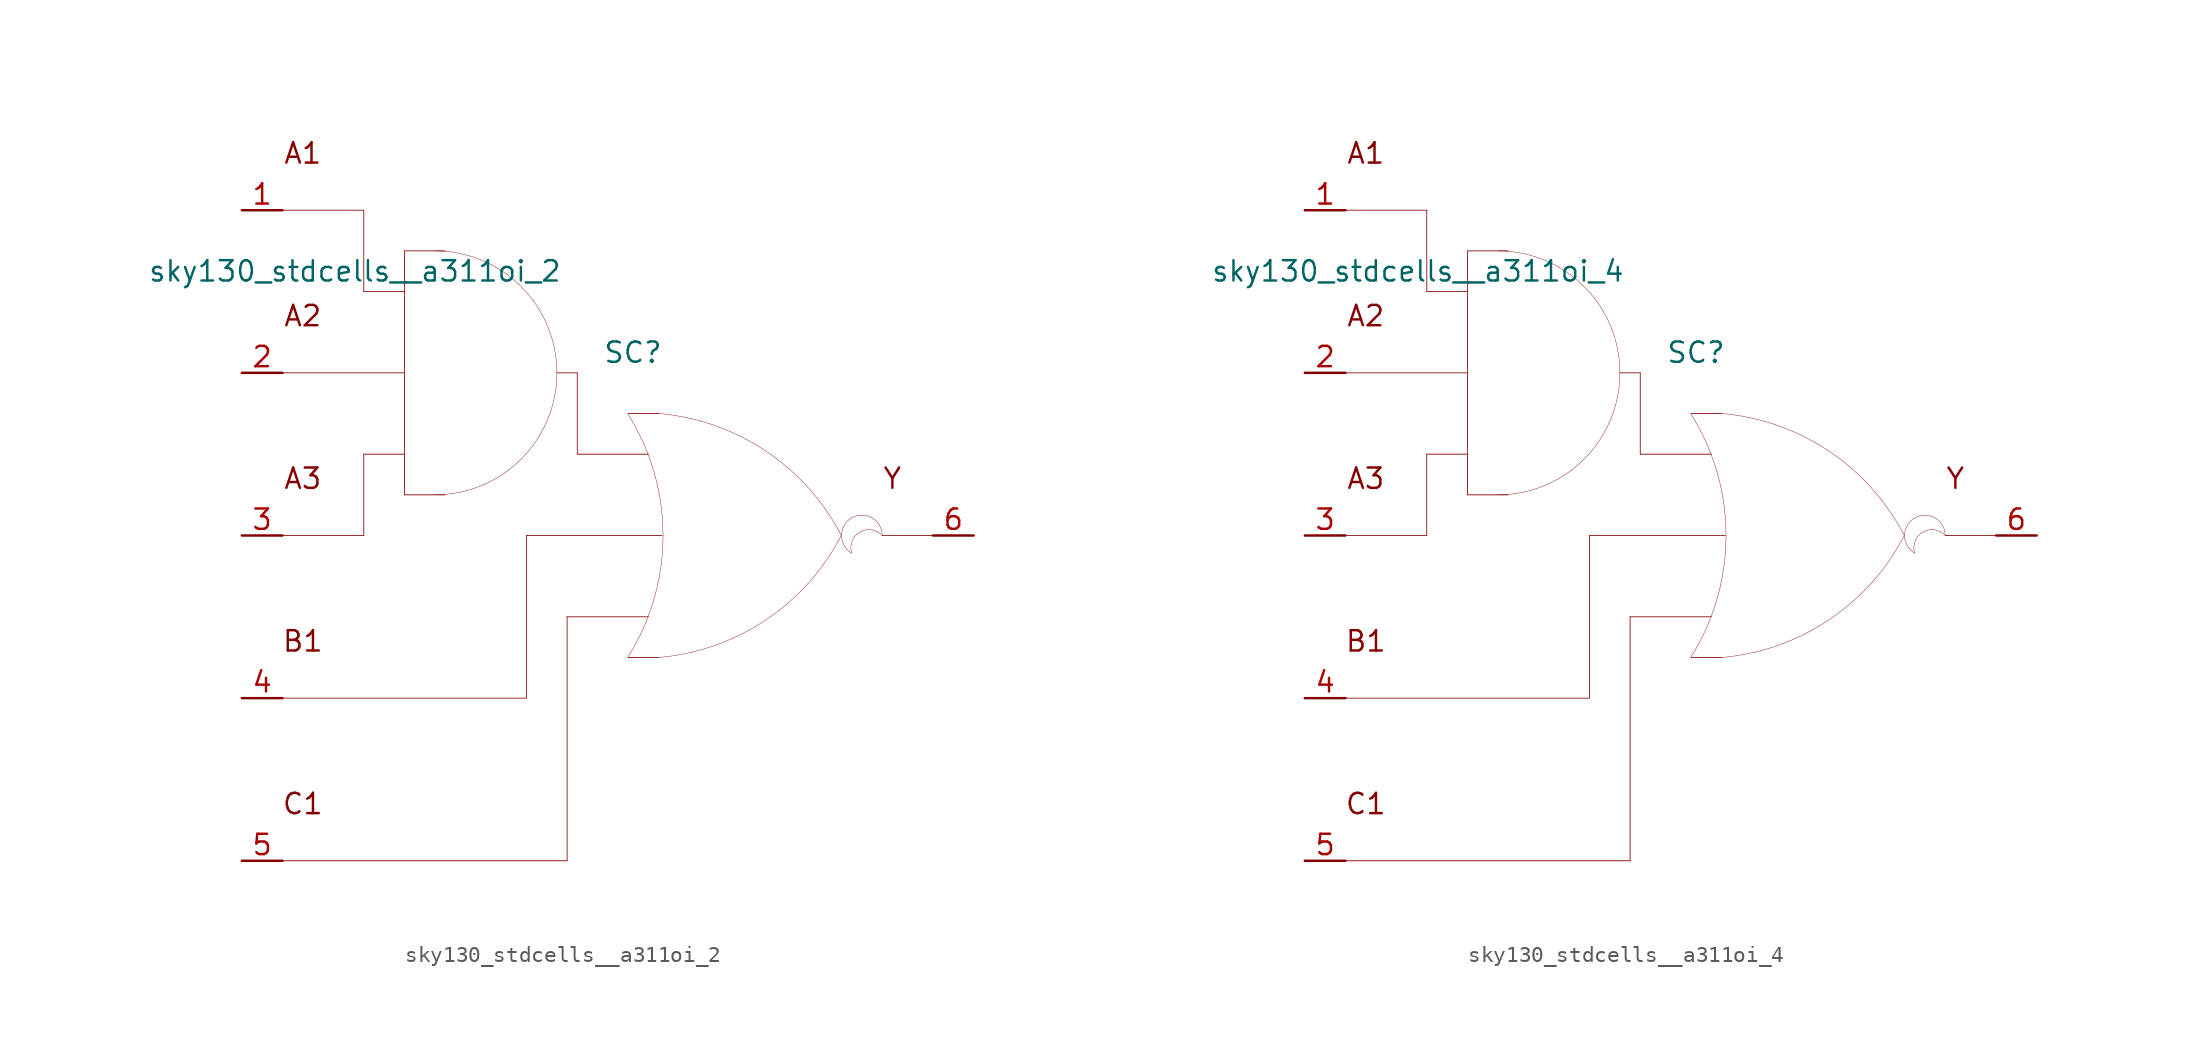
<source format=kicad_sym>
(kicad_symbol_lib
  (version 20211014)
  (generator kicad_symbol_editor)
  (symbol "sky130_stdcells__a311oi_2"
    (pin_names hide)
    (property "Reference" "SC"
      (at 1.575 11.43 0)
      (effects (font (size 1.27 1.27))))
    (property "Value" "sky130_stdcells__a311oi_2"
      (at -2.845 16.51 0)
      (effects (font (size 1.27 1.27)) (justify right)))
    (symbol "sky130_stdcells__a311oi_2_0_0"
      (arc (start -10.795 2.54) (mid -8.8228 2.7996) (end -6.985 3.5609) (stroke (width 0.0254) (type default) (color 0 0 0 0)) (fill (type none)))
      (arc (start -6.985 3.5609) (mid -5.4069 4.7719) (end -4.1959 6.35) (stroke (width 0.0254) (type default) (color 0 0 0 0)) (fill (type none)))
      (arc (start -6.985 16.7591) (mid -8.8228 17.5203) (end -10.795 17.78) (stroke (width 0.0254) (type default) (color 0 0 0 0)) (fill (type none)))
      (arc (start -4.1959 6.35) (mid -3.4347 8.1878) (end -3.175 10.16) (stroke (width 0.0254) (type default) (color 0 0 0 0)) (fill (type none)))
      (arc (start -4.1959 13.97) (mid -5.4069 15.5481) (end -6.985 16.7591) (stroke (width 0.0254) (type default) (color 0 0 0 0)) (fill (type none)))
      (arc (start -3.175 10.16) (mid -3.4346 12.1322) (end -4.1959 13.97) (stroke (width 0.0254) (type default) (color 0 0 0 0)) (fill (type none)))
      (polyline (pts (xy -20.32 -20.32) (xy -2.54 -20.32)) (stroke (width 0.051) (type default) (color 0 0 0 0)) (fill (type none)))
      (polyline (pts (xy -20.32 -10.16) (xy -5.08 -10.16)) (stroke (width 0.051) (type default) (color 0 0 0 0)) (fill (type none)))
      (polyline (pts (xy -20.32 0) (xy -15.24 0)) (stroke (width 0.051) (type default) (color 0 0 0 0)) (fill (type none)))
      (polyline (pts (xy -20.32 10.16) (xy -12.7 10.16)) (stroke (width 0.051) (type default) (color 0 0 0 0)) (fill (type none)))
      (polyline (pts (xy -20.32 20.32) (xy -15.24 20.32)) (stroke (width 0.051) (type default) (color 0 0 0 0)) (fill (type none)))
      (polyline (pts (xy -15.24 5.08) (xy -15.24 0)) (stroke (width 0.051) (type default) (color 0 0 0 0)) (fill (type none)))
      (polyline (pts (xy -15.24 5.08) (xy -12.7 5.08)) (stroke (width 0.051) (type default) (color 0 0 0 0)) (fill (type none)))
      (polyline (pts (xy -15.24 15.24) (xy -12.7 15.24)) (stroke (width 0.051) (type default) (color 0 0 0 0)) (fill (type none)))
      (polyline (pts (xy -15.24 20.32) (xy -15.24 15.24)) (stroke (width 0.051) (type default) (color 0 0 0 0)) (fill (type none)))
      (polyline (pts (xy -12.7 2.54) (xy -10.16 2.54)) (stroke (width 0.051) (type default) (color 0 0 0 0)) (fill (type none)))
      (polyline (pts (xy -12.7 17.78) (xy -12.7 2.54)) (stroke (width 0.051) (type default) (color 0 0 0 0)) (fill (type none)))
      (polyline (pts (xy -12.7 17.78) (xy -10.16 17.78)) (stroke (width 0.051) (type default) (color 0 0 0 0)) (fill (type none)))
      (polyline (pts (xy -5.08 0) (xy -5.08 -10.16)) (stroke (width 0.051) (type default) (color 0 0 0 0)) (fill (type none)))
      (polyline (pts (xy -5.08 0) (xy 3.404 0)) (stroke (width 0.051) (type default) (color 0 0 0 0)) (fill (type none)))
      (polyline (pts (xy -3.175 10.16) (xy -1.905 10.16)) (stroke (width 0.051) (type default) (color 0 0 0 0)) (fill (type none)))
      (polyline (pts (xy -2.54 -5.08) (xy -2.54 -20.32)) (stroke (width 0.051) (type default) (color 0 0 0 0)) (fill (type none)))
      (polyline (pts (xy -2.54 -5.08) (xy 2.54 -5.08)) (stroke (width 0.051) (type default) (color 0 0 0 0)) (fill (type none)))
      (polyline (pts (xy -1.905 5.08) (xy 2.54 5.08)) (stroke (width 0.051) (type default) (color 0 0 0 0)) (fill (type none)))
      (polyline (pts (xy -1.905 10.16) (xy -1.905 5.08)) (stroke (width 0.051) (type default) (color 0 0 0 0)) (fill (type none)))
      (polyline (pts (xy 1.27 -7.62) (xy 3.175 -7.62)) (stroke (width 0.051) (type default) (color 0 0 0 0)) (fill (type none)))
      (polyline (pts (xy 1.27 7.62) (xy 3.175 7.62)) (stroke (width 0.051) (type default) (color 0 0 0 0)) (fill (type none)))
      (polyline (pts (xy 17.145 0) (xy 20.32 0)) (stroke (width 0.051) (type default) (color 0 0 0 0)) (fill (type none)))
      (arc (start 1.2495 -7.6142) (mid 1.907 -6.458) (end 2.4538 -5.2456) (stroke (width 0.0254) (type default) (color 0 0 0 0)) (fill (type none)))
      (arc (start 2.4538 -5.2456) (mid 2.8887 -3.9755) (end 3.202 -2.6701) (stroke (width 0.0254) (type default) (color 0 0 0 0)) (fill (type none)))
      (arc (start 2.472 5.1993) (mid 1.9238 6.4248) (end 1.2627 7.5932) (stroke (width 0.0254) (type default) (color 0 0 0 0)) (fill (type none)))
      (arc (start 3.1446 -7.6231) (mid 9.8386 -5.2986) (end 14.5755 -0.0284) (stroke (width 0.0254) (type default) (color 0 0 0 0)) (fill (type none)))
      (arc (start 3.202 -2.6701) (mid 3.3912 -1.341) (end 3.4544 0) (stroke (width 0.0254) (type default) (color 0 0 0 0)) (fill (type none)))
      (arc (start 3.2066 2.6456) (mid 2.8989 3.9396) (end 2.472 5.1993) (stroke (width 0.0254) (type default) (color 0 0 0 0)) (fill (type none)))
      (arc (start 3.4544 0) (mid 3.3923 1.3286) (end 3.2066 2.6456) (stroke (width 0.0254) (type default) (color 0 0 0 0)) (fill (type none)))
      (arc (start 14.5983 -0.0156) (mid 9.8798 5.271) (end 3.194 7.6189) (stroke (width 0.0254) (type default) (color 0 0 0 0)) (fill (type none)))
      (arc (start 15.24 1.0999) (mid 14.605 0) (end 15.24 -1.0999) (stroke (width 0.0254) (type default) (color 0 0 0 0)) (fill (type none)))
      (arc (start 17.145 0) (mid 15.2881 0.4743) (end 15.24 -1.0999) (stroke (width 0.0254) (type default) (color 0 0 0 0)) (fill (type none)))
      (arc (start 17.145 0) (mid 16.51 1.0998) (end 15.24 1.0999) (stroke (width 0.0254) (type default) (color 0 0 0 0)) (fill (type none)))
      (text "A1" (at -19.05 23.876 0) (effects (font (size 1.27 1.27))))
      (text "A2" (at -19.05 13.716 0) (effects (font (size 1.27 1.27))))
      (text "A3" (at -19.05 3.556 0) (effects (font (size 1.27 1.27))))
      (text "B1" (at -19.05 -6.604 0) (effects (font (size 1.27 1.27))))
      (text "C1" (at -19.05 -16.764 0) (effects (font (size 1.27 1.27))))
      (text "Y" (at 17.78 3.556 0) (effects (font (size 1.27 1.27)))))
    (symbol "sky130_stdcells__a311oi_2_1_1"
      (pin input line (at -22.86 20.32 0) (length 2.54) (name "A1" (effects (font (size 1.092 1.092)))) (number "1" (effects (font (size 1.27 1.27)))))
      (pin input line (at -22.86 10.16 0) (length 2.54) (name "A2" (effects (font (size 1.092 1.092)))) (number "2" (effects (font (size 1.27 1.27)))))
      (pin input line (at -22.86 0 0) (length 2.54) (name "A3" (effects (font (size 1.092 1.092)))) (number "3" (effects (font (size 1.27 1.27)))))
      (pin input line (at -22.86 -10.16 0) (length 2.54) (name "B1" (effects (font (size 1.092 1.092)))) (number "4" (effects (font (size 1.27 1.27)))))
      (pin input line (at -22.86 -20.32 0) (length 2.54) (name "C1" (effects (font (size 1.092 1.092)))) (number "5" (effects (font (size 1.27 1.27)))))
      (pin output line (at 22.86 0 180) (length 2.54) (name "Y" (effects (font (size 1.092 1.092)))) (number "6" (effects (font (size 1.27 1.27)))))))
  (symbol "sky130_stdcells__a311oi_4"
    (pin_names hide)
    (property "Reference" "SC"
      (at 1.575 11.43 0)
      (effects (font (size 1.27 1.27))))
    (property "Value" "sky130_stdcells__a311oi_4"
      (at -2.845 16.51 0)
      (effects (font (size 1.27 1.27)) (justify right)))
    (symbol "sky130_stdcells__a311oi_4_0_0"
      (arc (start -10.795 2.54) (mid -8.8228 2.7996) (end -6.985 3.5609) (stroke (width 0.0254) (type default) (color 0 0 0 0)) (fill (type none)))
      (arc (start -6.985 3.5609) (mid -5.4069 4.7719) (end -4.1959 6.35) (stroke (width 0.0254) (type default) (color 0 0 0 0)) (fill (type none)))
      (arc (start -6.985 16.7591) (mid -8.8228 17.5203) (end -10.795 17.78) (stroke (width 0.0254) (type default) (color 0 0 0 0)) (fill (type none)))
      (arc (start -4.1959 6.35) (mid -3.4347 8.1878) (end -3.175 10.16) (stroke (width 0.0254) (type default) (color 0 0 0 0)) (fill (type none)))
      (arc (start -4.1959 13.97) (mid -5.4069 15.5481) (end -6.985 16.7591) (stroke (width 0.0254) (type default) (color 0 0 0 0)) (fill (type none)))
      (arc (start -3.175 10.16) (mid -3.4346 12.1322) (end -4.1959 13.97) (stroke (width 0.0254) (type default) (color 0 0 0 0)) (fill (type none)))
      (polyline (pts (xy -20.32 -20.32) (xy -2.54 -20.32)) (stroke (width 0.051) (type default) (color 0 0 0 0)) (fill (type none)))
      (polyline (pts (xy -20.32 -10.16) (xy -5.08 -10.16)) (stroke (width 0.051) (type default) (color 0 0 0 0)) (fill (type none)))
      (polyline (pts (xy -20.32 0) (xy -15.24 0)) (stroke (width 0.051) (type default) (color 0 0 0 0)) (fill (type none)))
      (polyline (pts (xy -20.32 10.16) (xy -12.7 10.16)) (stroke (width 0.051) (type default) (color 0 0 0 0)) (fill (type none)))
      (polyline (pts (xy -20.32 20.32) (xy -15.24 20.32)) (stroke (width 0.051) (type default) (color 0 0 0 0)) (fill (type none)))
      (polyline (pts (xy -15.24 5.08) (xy -15.24 0)) (stroke (width 0.051) (type default) (color 0 0 0 0)) (fill (type none)))
      (polyline (pts (xy -15.24 5.08) (xy -12.7 5.08)) (stroke (width 0.051) (type default) (color 0 0 0 0)) (fill (type none)))
      (polyline (pts (xy -15.24 15.24) (xy -12.7 15.24)) (stroke (width 0.051) (type default) (color 0 0 0 0)) (fill (type none)))
      (polyline (pts (xy -15.24 20.32) (xy -15.24 15.24)) (stroke (width 0.051) (type default) (color 0 0 0 0)) (fill (type none)))
      (polyline (pts (xy -12.7 2.54) (xy -10.16 2.54)) (stroke (width 0.051) (type default) (color 0 0 0 0)) (fill (type none)))
      (polyline (pts (xy -12.7 17.78) (xy -12.7 2.54)) (stroke (width 0.051) (type default) (color 0 0 0 0)) (fill (type none)))
      (polyline (pts (xy -12.7 17.78) (xy -10.16 17.78)) (stroke (width 0.051) (type default) (color 0 0 0 0)) (fill (type none)))
      (polyline (pts (xy -5.08 0) (xy -5.08 -10.16)) (stroke (width 0.051) (type default) (color 0 0 0 0)) (fill (type none)))
      (polyline (pts (xy -5.08 0) (xy 3.404 0)) (stroke (width 0.051) (type default) (color 0 0 0 0)) (fill (type none)))
      (polyline (pts (xy -3.175 10.16) (xy -1.905 10.16)) (stroke (width 0.051) (type default) (color 0 0 0 0)) (fill (type none)))
      (polyline (pts (xy -2.54 -5.08) (xy -2.54 -20.32)) (stroke (width 0.051) (type default) (color 0 0 0 0)) (fill (type none)))
      (polyline (pts (xy -2.54 -5.08) (xy 2.54 -5.08)) (stroke (width 0.051) (type default) (color 0 0 0 0)) (fill (type none)))
      (polyline (pts (xy -1.905 5.08) (xy 2.54 5.08)) (stroke (width 0.051) (type default) (color 0 0 0 0)) (fill (type none)))
      (polyline (pts (xy -1.905 10.16) (xy -1.905 5.08)) (stroke (width 0.051) (type default) (color 0 0 0 0)) (fill (type none)))
      (polyline (pts (xy 1.27 -7.62) (xy 3.175 -7.62)) (stroke (width 0.051) (type default) (color 0 0 0 0)) (fill (type none)))
      (polyline (pts (xy 1.27 7.62) (xy 3.175 7.62)) (stroke (width 0.051) (type default) (color 0 0 0 0)) (fill (type none)))
      (polyline (pts (xy 17.145 0) (xy 20.32 0)) (stroke (width 0.051) (type default) (color 0 0 0 0)) (fill (type none)))
      (arc (start 1.2495 -7.6142) (mid 1.907 -6.458) (end 2.4538 -5.2456) (stroke (width 0.0254) (type default) (color 0 0 0 0)) (fill (type none)))
      (arc (start 2.4538 -5.2456) (mid 2.8887 -3.9755) (end 3.202 -2.6701) (stroke (width 0.0254) (type default) (color 0 0 0 0)) (fill (type none)))
      (arc (start 2.472 5.1993) (mid 1.9238 6.4248) (end 1.2627 7.5932) (stroke (width 0.0254) (type default) (color 0 0 0 0)) (fill (type none)))
      (arc (start 3.1446 -7.6231) (mid 9.8386 -5.2986) (end 14.5755 -0.0284) (stroke (width 0.0254) (type default) (color 0 0 0 0)) (fill (type none)))
      (arc (start 3.202 -2.6701) (mid 3.3912 -1.341) (end 3.4544 0) (stroke (width 0.0254) (type default) (color 0 0 0 0)) (fill (type none)))
      (arc (start 3.2066 2.6456) (mid 2.8989 3.9396) (end 2.472 5.1993) (stroke (width 0.0254) (type default) (color 0 0 0 0)) (fill (type none)))
      (arc (start 3.4544 0) (mid 3.3923 1.3286) (end 3.2066 2.6456) (stroke (width 0.0254) (type default) (color 0 0 0 0)) (fill (type none)))
      (arc (start 14.5983 -0.0156) (mid 9.8798 5.271) (end 3.194 7.6189) (stroke (width 0.0254) (type default) (color 0 0 0 0)) (fill (type none)))
      (arc (start 15.24 1.0999) (mid 14.605 0) (end 15.24 -1.0999) (stroke (width 0.0254) (type default) (color 0 0 0 0)) (fill (type none)))
      (arc (start 17.145 0) (mid 15.2881 0.4743) (end 15.24 -1.0999) (stroke (width 0.0254) (type default) (color 0 0 0 0)) (fill (type none)))
      (arc (start 17.145 0) (mid 16.51 1.0998) (end 15.24 1.0999) (stroke (width 0.0254) (type default) (color 0 0 0 0)) (fill (type none)))
      (text "A1" (at -19.05 23.876 0) (effects (font (size 1.27 1.27))))
      (text "A2" (at -19.05 13.716 0) (effects (font (size 1.27 1.27))))
      (text "A3" (at -19.05 3.556 0) (effects (font (size 1.27 1.27))))
      (text "B1" (at -19.05 -6.604 0) (effects (font (size 1.27 1.27))))
      (text "C1" (at -19.05 -16.764 0) (effects (font (size 1.27 1.27))))
      (text "Y" (at 17.78 3.556 0) (effects (font (size 1.27 1.27)))))
    (symbol "sky130_stdcells__a311oi_4_1_1"
      (pin input line (at -22.86 20.32 0) (length 2.54) (name "A1" (effects (font (size 1.092 1.092)))) (number "1" (effects (font (size 1.27 1.27)))))
      (pin input line (at -22.86 10.16 0) (length 2.54) (name "A2" (effects (font (size 1.092 1.092)))) (number "2" (effects (font (size 1.27 1.27)))))
      (pin input line (at -22.86 0 0) (length 2.54) (name "A3" (effects (font (size 1.092 1.092)))) (number "3" (effects (font (size 1.27 1.27)))))
      (pin input line (at -22.86 -10.16 0) (length 2.54) (name "B1" (effects (font (size 1.092 1.092)))) (number "4" (effects (font (size 1.27 1.27)))))
      (pin input line (at -22.86 -20.32 0) (length 2.54) (name "C1" (effects (font (size 1.092 1.092)))) (number "5" (effects (font (size 1.27 1.27)))))
      (pin output line (at 22.86 0 180) (length 2.54) (name "Y" (effects (font (size 1.092 1.092)))) (number "6" (effects (font (size 1.27 1.27))))))))
</source>
